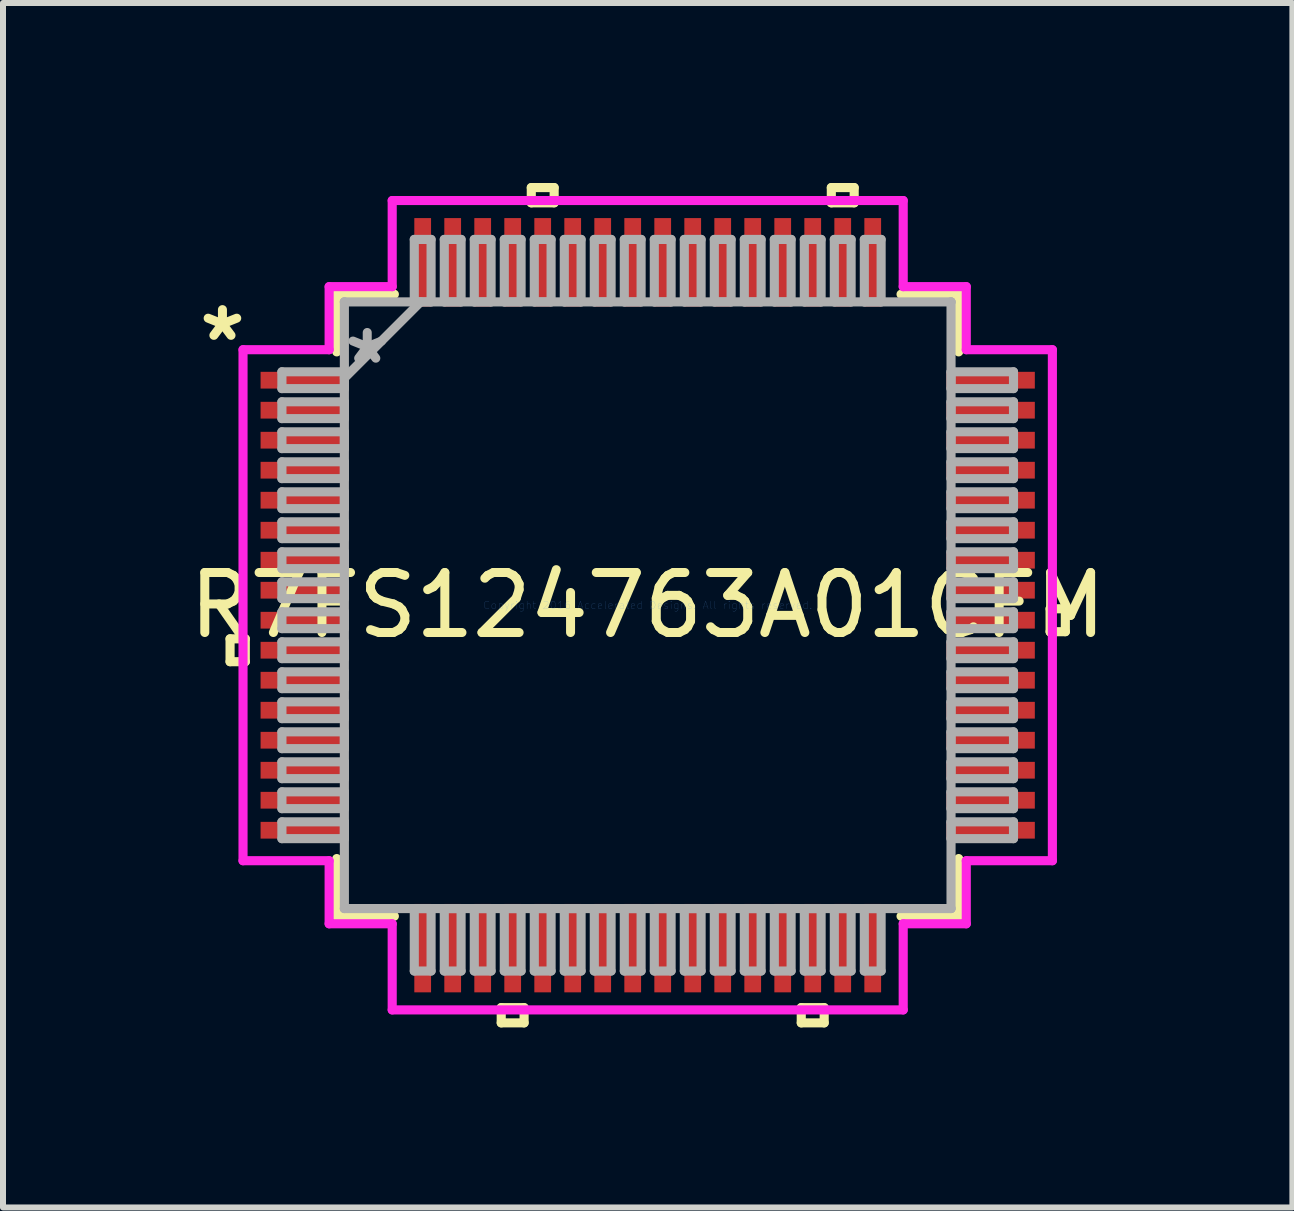
<source format=kicad_pcb>
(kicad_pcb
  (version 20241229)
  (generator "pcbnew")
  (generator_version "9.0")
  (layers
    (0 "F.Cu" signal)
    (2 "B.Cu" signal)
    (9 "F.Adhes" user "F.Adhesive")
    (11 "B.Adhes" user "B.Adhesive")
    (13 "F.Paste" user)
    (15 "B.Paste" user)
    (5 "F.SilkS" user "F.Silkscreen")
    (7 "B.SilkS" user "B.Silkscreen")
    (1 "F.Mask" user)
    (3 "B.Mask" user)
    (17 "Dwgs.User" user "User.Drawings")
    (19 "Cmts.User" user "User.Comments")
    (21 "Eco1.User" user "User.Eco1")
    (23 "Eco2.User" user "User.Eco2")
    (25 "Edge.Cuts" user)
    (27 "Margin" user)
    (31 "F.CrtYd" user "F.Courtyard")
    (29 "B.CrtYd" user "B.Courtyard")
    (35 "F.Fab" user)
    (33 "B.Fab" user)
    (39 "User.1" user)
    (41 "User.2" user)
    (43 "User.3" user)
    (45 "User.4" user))
  (footprint "R7FS124763A01CFM"
    (layer "F.Cu")
    (at 7.744 7.036)
    (property "Reference" "R7FS124763A01CFM" (at 0 0 0) (layer "F.SilkS") (effects (font (size 1 1) (thickness 0.15))))
    (attr through_hole)
    (fp_line (start -6.96 0.56) (end -6.96 0.941) (stroke (width 0.152) (type solid)) (layer "F.SilkS"))
    (fp_line (start -6.96 0.941) (end -6.706 0.941) (stroke (width 0.152) (type solid)) (layer "F.SilkS"))
    (fp_line (start -6.706 0.56) (end -6.96 0.56) (stroke (width 0.152) (type solid)) (layer "F.SilkS"))
    (fp_line (start -6.706 0.941) (end -6.706 0.56) (stroke (width 0.152) (type solid)) (layer "F.SilkS"))
    (fp_line (start -5.182 -5.182) (end -5.182 -4.222) (stroke (width 0.152) (type solid)) (layer "F.SilkS"))
    (fp_line (start -5.182 4.222) (end -5.182 5.182) (stroke (width 0.152) (type solid)) (layer "F.SilkS"))
    (fp_line (start -5.182 5.182) (end -4.222 5.182) (stroke (width 0.152) (type solid)) (layer "F.SilkS"))
    (fp_line (start -4.222 -5.182) (end -5.182 -5.182) (stroke (width 0.152) (type solid)) (layer "F.SilkS"))
    (fp_line (start -2.441 6.706) (end -2.441 6.96) (stroke (width 0.152) (type solid)) (layer "F.SilkS"))
    (fp_line (start -2.441 6.96) (end -2.06 6.96) (stroke (width 0.152) (type solid)) (layer "F.SilkS"))
    (fp_line (start -2.06 6.706) (end -2.441 6.706) (stroke (width 0.152) (type solid)) (layer "F.SilkS"))
    (fp_line (start -2.06 6.96) (end -2.06 6.706) (stroke (width 0.152) (type solid)) (layer "F.SilkS"))
    (fp_line (start -1.94 -6.96) (end -1.559 -6.96) (stroke (width 0.152) (type solid)) (layer "F.SilkS"))
    (fp_line (start -1.94 -6.706) (end -1.94 -6.96) (stroke (width 0.152) (type solid)) (layer "F.SilkS"))
    (fp_line (start -1.559 -6.96) (end -1.559 -6.706) (stroke (width 0.152) (type solid)) (layer "F.SilkS"))
    (fp_line (start -1.559 -6.706) (end -1.94 -6.706) (stroke (width 0.152) (type solid)) (layer "F.SilkS"))
    (fp_line (start 2.559 6.706) (end 2.559 6.96) (stroke (width 0.152) (type solid)) (layer "F.SilkS"))
    (fp_line (start 2.559 6.96) (end 2.941 6.96) (stroke (width 0.152) (type solid)) (layer "F.SilkS"))
    (fp_line (start 2.941 6.706) (end 2.559 6.706) (stroke (width 0.152) (type solid)) (layer "F.SilkS"))
    (fp_line (start 2.941 6.96) (end 2.941 6.706) (stroke (width 0.152) (type solid)) (layer "F.SilkS"))
    (fp_line (start 3.06 -6.96) (end 3.441 -6.96) (stroke (width 0.152) (type solid)) (layer "F.SilkS"))
    (fp_line (start 3.06 -6.706) (end 3.06 -6.96) (stroke (width 0.152) (type solid)) (layer "F.SilkS"))
    (fp_line (start 3.441 -6.96) (end 3.441 -6.706) (stroke (width 0.152) (type solid)) (layer "F.SilkS"))
    (fp_line (start 3.441 -6.706) (end 3.06 -6.706) (stroke (width 0.152) (type solid)) (layer "F.SilkS"))
    (fp_line (start 4.222 5.182) (end 5.182 5.182) (stroke (width 0.152) (type solid)) (layer "F.SilkS"))
    (fp_line (start 5.182 -5.182) (end 4.222 -5.182) (stroke (width 0.152) (type solid)) (layer "F.SilkS"))
    (fp_line (start 5.182 -4.222) (end 5.182 -5.182) (stroke (width 0.152) (type solid)) (layer "F.SilkS"))
    (fp_line (start 5.182 5.182) (end 5.182 4.222) (stroke (width 0.152) (type solid)) (layer "F.SilkS"))
    (fp_line (start 6.706 0.059) (end 6.96 0.059) (stroke (width 0.152) (type solid)) (layer "F.SilkS"))
    (fp_line (start 6.706 0.441) (end 6.706 0.059) (stroke (width 0.152) (type solid)) (layer "F.SilkS"))
    (fp_line (start 6.96 0.059) (end 6.96 0.441) (stroke (width 0.152) (type solid)) (layer "F.SilkS"))
    (fp_line (start 6.96 0.441) (end 6.706 0.441) (stroke (width 0.152) (type solid)) (layer "F.SilkS"))
    (fp_line (start -6.744 -4.258) (end -5.309 -4.258) (stroke (width 0.152) (type solid)) (layer "F.CrtYd"))
    (fp_line (start -6.744 4.258) (end -6.744 -4.258) (stroke (width 0.152) (type solid)) (layer "F.CrtYd"))
    (fp_line (start -5.309 -5.309) (end -4.258 -5.309) (stroke (width 0.152) (type solid)) (layer "F.CrtYd"))
    (fp_line (start -5.309 -4.258) (end -5.309 -5.309) (stroke (width 0.152) (type solid)) (layer "F.CrtYd"))
    (fp_line (start -5.309 4.258) (end -6.744 4.258) (stroke (width 0.152) (type solid)) (layer "F.CrtYd"))
    (fp_line (start -5.309 5.309) (end -5.309 4.258) (stroke (width 0.152) (type solid)) (layer "F.CrtYd"))
    (fp_line (start -4.258 -6.744) (end 4.258 -6.744) (stroke (width 0.152) (type solid)) (layer "F.CrtYd"))
    (fp_line (start -4.258 -5.309) (end -4.258 -6.744) (stroke (width 0.152) (type solid)) (layer "F.CrtYd"))
    (fp_line (start -4.258 5.309) (end -5.309 5.309) (stroke (width 0.152) (type solid)) (layer "F.CrtYd"))
    (fp_line (start -4.258 6.744) (end -4.258 5.309) (stroke (width 0.152) (type solid)) (layer "F.CrtYd"))
    (fp_line (start 4.258 -6.744) (end 4.258 -5.309) (stroke (width 0.152) (type solid)) (layer "F.CrtYd"))
    (fp_line (start 4.258 -5.309) (end 5.309 -5.309) (stroke (width 0.152) (type solid)) (layer "F.CrtYd"))
    (fp_line (start 4.258 5.309) (end 4.258 6.744) (stroke (width 0.152) (type solid)) (layer "F.CrtYd"))
    (fp_line (start 4.258 6.744) (end -4.258 6.744) (stroke (width 0.152) (type solid)) (layer "F.CrtYd"))
    (fp_line (start 5.309 -5.309) (end 5.309 -4.258) (stroke (width 0.152) (type solid)) (layer "F.CrtYd"))
    (fp_line (start 5.309 -4.258) (end 6.744 -4.258) (stroke (width 0.152) (type solid)) (layer "F.CrtYd"))
    (fp_line (start 5.309 4.258) (end 5.309 5.309) (stroke (width 0.152) (type solid)) (layer "F.CrtYd"))
    (fp_line (start 5.309 5.309) (end 4.258 5.309) (stroke (width 0.152) (type solid)) (layer "F.CrtYd"))
    (fp_line (start 6.744 -4.258) (end 6.744 4.258) (stroke (width 0.152) (type solid)) (layer "F.CrtYd"))
    (fp_line (start 6.744 4.258) (end 5.309 4.258) (stroke (width 0.152) (type solid)) (layer "F.CrtYd"))
    (fp_line (start -6.096 -3.89) (end -6.096 -3.61) (stroke (width 0.152) (type solid)) (layer "F.Fab"))
    (fp_line (start -6.096 -3.61) (end -5.055 -3.61) (stroke (width 0.152) (type solid)) (layer "F.Fab"))
    (fp_line (start -6.096 -3.39) (end -6.096 -3.11) (stroke (width 0.152) (type solid)) (layer "F.Fab"))
    (fp_line (start -6.096 -3.11) (end -5.055 -3.11) (stroke (width 0.152) (type solid)) (layer "F.Fab"))
    (fp_line (start -6.096 -2.89) (end -6.096 -2.61) (stroke (width 0.152) (type solid)) (layer "F.Fab"))
    (fp_line (start -6.096 -2.61) (end -5.055 -2.61) (stroke (width 0.152) (type solid)) (layer "F.Fab"))
    (fp_line (start -6.096 -2.39) (end -6.096 -2.11) (stroke (width 0.152) (type solid)) (layer "F.Fab"))
    (fp_line (start -6.096 -2.11) (end -5.055 -2.11) (stroke (width 0.152) (type solid)) (layer "F.Fab"))
    (fp_line (start -6.096 -1.89) (end -6.096 -1.61) (stroke (width 0.152) (type solid)) (layer "F.Fab"))
    (fp_line (start -6.096 -1.61) (end -5.055 -1.61) (stroke (width 0.152) (type solid)) (layer "F.Fab"))
    (fp_line (start -6.096 -1.39) (end -6.096 -1.11) (stroke (width 0.152) (type solid)) (layer "F.Fab"))
    (fp_line (start -6.096 -1.11) (end -5.055 -1.11) (stroke (width 0.152) (type solid)) (layer "F.Fab"))
    (fp_line (start -6.096 -0.89) (end -6.096 -0.61) (stroke (width 0.152) (type solid)) (layer "F.Fab"))
    (fp_line (start -6.096 -0.61) (end -5.055 -0.61) (stroke (width 0.152) (type solid)) (layer "F.Fab"))
    (fp_line (start -6.096 -0.39) (end -6.096 -0.11) (stroke (width 0.152) (type solid)) (layer "F.Fab"))
    (fp_line (start -6.096 -0.11) (end -5.055 -0.11) (stroke (width 0.152) (type solid)) (layer "F.Fab"))
    (fp_line (start -6.096 0.11) (end -6.096 0.39) (stroke (width 0.152) (type solid)) (layer "F.Fab"))
    (fp_line (start -6.096 0.39) (end -5.055 0.39) (stroke (width 0.152) (type solid)) (layer "F.Fab"))
    (fp_line (start -6.096 0.61) (end -6.096 0.89) (stroke (width 0.152) (type solid)) (layer "F.Fab"))
    (fp_line (start -6.096 0.89) (end -5.055 0.89) (stroke (width 0.152) (type solid)) (layer "F.Fab"))
    (fp_line (start -6.096 1.11) (end -6.096 1.39) (stroke (width 0.152) (type solid)) (layer "F.Fab"))
    (fp_line (start -6.096 1.39) (end -5.055 1.39) (stroke (width 0.152) (type solid)) (layer "F.Fab"))
    (fp_line (start -6.096 1.61) (end -6.096 1.89) (stroke (width 0.152) (type solid)) (layer "F.Fab"))
    (fp_line (start -6.096 1.89) (end -5.055 1.89) (stroke (width 0.152) (type solid)) (layer "F.Fab"))
    (fp_line (start -6.096 2.11) (end -6.096 2.39) (stroke (width 0.152) (type solid)) (layer "F.Fab"))
    (fp_line (start -6.096 2.39) (end -5.055 2.39) (stroke (width 0.152) (type solid)) (layer "F.Fab"))
    (fp_line (start -6.096 2.61) (end -6.096 2.89) (stroke (width 0.152) (type solid)) (layer "F.Fab"))
    (fp_line (start -6.096 2.89) (end -5.055 2.89) (stroke (width 0.152) (type solid)) (layer "F.Fab"))
    (fp_line (start -6.096 3.11) (end -6.096 3.39) (stroke (width 0.152) (type solid)) (layer "F.Fab"))
    (fp_line (start -6.096 3.39) (end -5.055 3.39) (stroke (width 0.152) (type solid)) (layer "F.Fab"))
    (fp_line (start -6.096 3.61) (end -6.096 3.89) (stroke (width 0.152) (type solid)) (layer "F.Fab"))
    (fp_line (start -6.096 3.89) (end -5.055 3.89) (stroke (width 0.152) (type solid)) (layer "F.Fab"))
    (fp_line (start -5.055 -5.055) (end -5.055 -5.055) (stroke (width 0.152) (type solid)) (layer "F.Fab"))
    (fp_line (start -5.055 -5.055) (end -5.055 5.055) (stroke (width 0.152) (type solid)) (layer "F.Fab"))
    (fp_line (start -5.055 -3.89) (end -6.096 -3.89) (stroke (width 0.152) (type solid)) (layer "F.Fab"))
    (fp_line (start -5.055 -3.785) (end -3.785 -5.055) (stroke (width 0.152) (type solid)) (layer "F.Fab"))
    (fp_line (start -5.055 -3.61) (end -5.055 -3.89) (stroke (width 0.152) (type solid)) (layer "F.Fab"))
    (fp_line (start -5.055 -3.39) (end -6.096 -3.39) (stroke (width 0.152) (type solid)) (layer "F.Fab"))
    (fp_line (start -5.055 -3.11) (end -5.055 -3.39) (stroke (width 0.152) (type solid)) (layer "F.Fab"))
    (fp_line (start -5.055 -2.89) (end -6.096 -2.89) (stroke (width 0.152) (type solid)) (layer "F.Fab"))
    (fp_line (start -5.055 -2.61) (end -5.055 -2.89) (stroke (width 0.152) (type solid)) (layer "F.Fab"))
    (fp_line (start -5.055 -2.39) (end -6.096 -2.39) (stroke (width 0.152) (type solid)) (layer "F.Fab"))
    (fp_line (start -5.055 -2.11) (end -5.055 -2.39) (stroke (width 0.152) (type solid)) (layer "F.Fab"))
    (fp_line (start -5.055 -1.89) (end -6.096 -1.89) (stroke (width 0.152) (type solid)) (layer "F.Fab"))
    (fp_line (start -5.055 -1.61) (end -5.055 -1.89) (stroke (width 0.152) (type solid)) (layer "F.Fab"))
    (fp_line (start -5.055 -1.39) (end -6.096 -1.39) (stroke (width 0.152) (type solid)) (layer "F.Fab"))
    (fp_line (start -5.055 -1.11) (end -5.055 -1.39) (stroke (width 0.152) (type solid)) (layer "F.Fab"))
    (fp_line (start -5.055 -0.89) (end -6.096 -0.89) (stroke (width 0.152) (type solid)) (layer "F.Fab"))
    (fp_line (start -5.055 -0.61) (end -5.055 -0.89) (stroke (width 0.152) (type solid)) (layer "F.Fab"))
    (fp_line (start -5.055 -0.39) (end -6.096 -0.39) (stroke (width 0.152) (type solid)) (layer "F.Fab"))
    (fp_line (start -5.055 -0.11) (end -5.055 -0.39) (stroke (width 0.152) (type solid)) (layer "F.Fab"))
    (fp_line (start -5.055 0.11) (end -6.096 0.11) (stroke (width 0.152) (type solid)) (layer "F.Fab"))
    (fp_line (start -5.055 0.39) (end -5.055 0.11) (stroke (width 0.152) (type solid)) (layer "F.Fab"))
    (fp_line (start -5.055 0.61) (end -6.096 0.61) (stroke (width 0.152) (type solid)) (layer "F.Fab"))
    (fp_line (start -5.055 0.89) (end -5.055 0.61) (stroke (width 0.152) (type solid)) (layer "F.Fab"))
    (fp_line (start -5.055 1.11) (end -6.096 1.11) (stroke (width 0.152) (type solid)) (layer "F.Fab"))
    (fp_line (start -5.055 1.39) (end -5.055 1.11) (stroke (width 0.152) (type solid)) (layer "F.Fab"))
    (fp_line (start -5.055 1.61) (end -6.096 1.61) (stroke (width 0.152) (type solid)) (layer "F.Fab"))
    (fp_line (start -5.055 1.89) (end -5.055 1.61) (stroke (width 0.152) (type solid)) (layer "F.Fab"))
    (fp_line (start -5.055 2.11) (end -6.096 2.11) (stroke (width 0.152) (type solid)) (layer "F.Fab"))
    (fp_line (start -5.055 2.39) (end -5.055 2.11) (stroke (width 0.152) (type solid)) (layer "F.Fab"))
    (fp_line (start -5.055 2.61) (end -6.096 2.61) (stroke (width 0.152) (type solid)) (layer "F.Fab"))
    (fp_line (start -5.055 2.89) (end -5.055 2.61) (stroke (width 0.152) (type solid)) (layer "F.Fab"))
    (fp_line (start -5.055 3.11) (end -6.096 3.11) (stroke (width 0.152) (type solid)) (layer "F.Fab"))
    (fp_line (start -5.055 3.39) (end -5.055 3.11) (stroke (width 0.152) (type solid)) (layer "F.Fab"))
    (fp_line (start -5.055 3.61) (end -6.096 3.61) (stroke (width 0.152) (type solid)) (layer "F.Fab"))
    (fp_line (start -5.055 3.89) (end -5.055 3.61) (stroke (width 0.152) (type solid)) (layer "F.Fab"))
    (fp_line (start -5.055 5.055) (end -5.055 5.055) (stroke (width 0.152) (type solid)) (layer "F.Fab"))
    (fp_line (start -5.055 5.055) (end 5.055 5.055) (stroke (width 0.152) (type solid)) (layer "F.Fab"))
    (fp_line (start -3.89 -6.096) (end -3.89 -5.055) (stroke (width 0.152) (type solid)) (layer "F.Fab"))
    (fp_line (start -3.89 -5.055) (end -3.61 -5.055) (stroke (width 0.152) (type solid)) (layer "F.Fab"))
    (fp_line (start -3.89 5.055) (end -3.89 6.096) (stroke (width 0.152) (type solid)) (layer "F.Fab"))
    (fp_line (start -3.89 6.096) (end -3.61 6.096) (stroke (width 0.152) (type solid)) (layer "F.Fab"))
    (fp_line (start -3.61 -6.096) (end -3.89 -6.096) (stroke (width 0.152) (type solid)) (layer "F.Fab"))
    (fp_line (start -3.61 -5.055) (end -3.61 -6.096) (stroke (width 0.152) (type solid)) (layer "F.Fab"))
    (fp_line (start -3.61 5.055) (end -3.89 5.055) (stroke (width 0.152) (type solid)) (layer "F.Fab"))
    (fp_line (start -3.61 6.096) (end -3.61 5.055) (stroke (width 0.152) (type solid)) (layer "F.Fab"))
    (fp_line (start -3.39 -6.096) (end -3.39 -5.055) (stroke (width 0.152) (type solid)) (layer "F.Fab"))
    (fp_line (start -3.39 -5.055) (end -3.11 -5.055) (stroke (width 0.152) (type solid)) (layer "F.Fab"))
    (fp_line (start -3.39 5.055) (end -3.39 6.096) (stroke (width 0.152) (type solid)) (layer "F.Fab"))
    (fp_line (start -3.39 6.096) (end -3.11 6.096) (stroke (width 0.152) (type solid)) (layer "F.Fab"))
    (fp_line (start -3.11 -6.096) (end -3.39 -6.096) (stroke (width 0.152) (type solid)) (layer "F.Fab"))
    (fp_line (start -3.11 -5.055) (end -3.11 -6.096) (stroke (width 0.152) (type solid)) (layer "F.Fab"))
    (fp_line (start -3.11 5.055) (end -3.39 5.055) (stroke (width 0.152) (type solid)) (layer "F.Fab"))
    (fp_line (start -3.11 6.096) (end -3.11 5.055) (stroke (width 0.152) (type solid)) (layer "F.Fab"))
    (fp_line (start -2.89 -6.096) (end -2.89 -5.055) (stroke (width 0.152) (type solid)) (layer "F.Fab"))
    (fp_line (start -2.89 -5.055) (end -2.61 -5.055) (stroke (width 0.152) (type solid)) (layer "F.Fab"))
    (fp_line (start -2.89 5.055) (end -2.89 6.096) (stroke (width 0.152) (type solid)) (layer "F.Fab"))
    (fp_line (start -2.89 6.096) (end -2.61 6.096) (stroke (width 0.152) (type solid)) (layer "F.Fab"))
    (fp_line (start -2.61 -6.096) (end -2.89 -6.096) (stroke (width 0.152) (type solid)) (layer "F.Fab"))
    (fp_line (start -2.61 -5.055) (end -2.61 -6.096) (stroke (width 0.152) (type solid)) (layer "F.Fab"))
    (fp_line (start -2.61 5.055) (end -2.89 5.055) (stroke (width 0.152) (type solid)) (layer "F.Fab"))
    (fp_line (start -2.61 6.096) (end -2.61 5.055) (stroke (width 0.152) (type solid)) (layer "F.Fab"))
    (fp_line (start -2.39 -6.096) (end -2.39 -5.055) (stroke (width 0.152) (type solid)) (layer "F.Fab"))
    (fp_line (start -2.39 -5.055) (end -2.11 -5.055) (stroke (width 0.152) (type solid)) (layer "F.Fab"))
    (fp_line (start -2.39 5.055) (end -2.39 6.096) (stroke (width 0.152) (type solid)) (layer "F.Fab"))
    (fp_line (start -2.39 6.096) (end -2.11 6.096) (stroke (width 0.152) (type solid)) (layer "F.Fab"))
    (fp_line (start -2.11 -6.096) (end -2.39 -6.096) (stroke (width 0.152) (type solid)) (layer "F.Fab"))
    (fp_line (start -2.11 -5.055) (end -2.11 -6.096) (stroke (width 0.152) (type solid)) (layer "F.Fab"))
    (fp_line (start -2.11 5.055) (end -2.39 5.055) (stroke (width 0.152) (type solid)) (layer "F.Fab"))
    (fp_line (start -2.11 6.096) (end -2.11 5.055) (stroke (width 0.152) (type solid)) (layer "F.Fab"))
    (fp_line (start -1.89 -6.096) (end -1.89 -5.055) (stroke (width 0.152) (type solid)) (layer "F.Fab"))
    (fp_line (start -1.89 -5.055) (end -1.61 -5.055) (stroke (width 0.152) (type solid)) (layer "F.Fab"))
    (fp_line (start -1.89 5.055) (end -1.89 6.096) (stroke (width 0.152) (type solid)) (layer "F.Fab"))
    (fp_line (start -1.89 6.096) (end -1.61 6.096) (stroke (width 0.152) (type solid)) (layer "F.Fab"))
    (fp_line (start -1.61 -6.096) (end -1.89 -6.096) (stroke (width 0.152) (type solid)) (layer "F.Fab"))
    (fp_line (start -1.61 -5.055) (end -1.61 -6.096) (stroke (width 0.152) (type solid)) (layer "F.Fab"))
    (fp_line (start -1.61 5.055) (end -1.89 5.055) (stroke (width 0.152) (type solid)) (layer "F.Fab"))
    (fp_line (start -1.61 6.096) (end -1.61 5.055) (stroke (width 0.152) (type solid)) (layer "F.Fab"))
    (fp_line (start -1.39 -6.096) (end -1.39 -5.055) (stroke (width 0.152) (type solid)) (layer "F.Fab"))
    (fp_line (start -1.39 -5.055) (end -1.11 -5.055) (stroke (width 0.152) (type solid)) (layer "F.Fab"))
    (fp_line (start -1.39 5.055) (end -1.39 6.096) (stroke (width 0.152) (type solid)) (layer "F.Fab"))
    (fp_line (start -1.39 6.096) (end -1.11 6.096) (stroke (width 0.152) (type solid)) (layer "F.Fab"))
    (fp_line (start -1.11 -6.096) (end -1.39 -6.096) (stroke (width 0.152) (type solid)) (layer "F.Fab"))
    (fp_line (start -1.11 -5.055) (end -1.11 -6.096) (stroke (width 0.152) (type solid)) (layer "F.Fab"))
    (fp_line (start -1.11 5.055) (end -1.39 5.055) (stroke (width 0.152) (type solid)) (layer "F.Fab"))
    (fp_line (start -1.11 6.096) (end -1.11 5.055) (stroke (width 0.152) (type solid)) (layer "F.Fab"))
    (fp_line (start -0.89 -6.096) (end -0.89 -5.055) (stroke (width 0.152) (type solid)) (layer "F.Fab"))
    (fp_line (start -0.89 -5.055) (end -0.61 -5.055) (stroke (width 0.152) (type solid)) (layer "F.Fab"))
    (fp_line (start -0.89 5.055) (end -0.89 6.096) (stroke (width 0.152) (type solid)) (layer "F.Fab"))
    (fp_line (start -0.89 6.096) (end -0.61 6.096) (stroke (width 0.152) (type solid)) (layer "F.Fab"))
    (fp_line (start -0.61 -6.096) (end -0.89 -6.096) (stroke (width 0.152) (type solid)) (layer "F.Fab"))
    (fp_line (start -0.61 -5.055) (end -0.61 -6.096) (stroke (width 0.152) (type solid)) (layer "F.Fab"))
    (fp_line (start -0.61 5.055) (end -0.89 5.055) (stroke (width 0.152) (type solid)) (layer "F.Fab"))
    (fp_line (start -0.61 6.096) (end -0.61 5.055) (stroke (width 0.152) (type solid)) (layer "F.Fab"))
    (fp_line (start -0.39 -6.096) (end -0.39 -5.055) (stroke (width 0.152) (type solid)) (layer "F.Fab"))
    (fp_line (start -0.39 -5.055) (end -0.11 -5.055) (stroke (width 0.152) (type solid)) (layer "F.Fab"))
    (fp_line (start -0.39 5.055) (end -0.39 6.096) (stroke (width 0.152) (type solid)) (layer "F.Fab"))
    (fp_line (start -0.39 6.096) (end -0.11 6.096) (stroke (width 0.152) (type solid)) (layer "F.Fab"))
    (fp_line (start -0.11 -6.096) (end -0.39 -6.096) (stroke (width 0.152) (type solid)) (layer "F.Fab"))
    (fp_line (start -0.11 -5.055) (end -0.11 -6.096) (stroke (width 0.152) (type solid)) (layer "F.Fab"))
    (fp_line (start -0.11 5.055) (end -0.39 5.055) (stroke (width 0.152) (type solid)) (layer "F.Fab"))
    (fp_line (start -0.11 6.096) (end -0.11 5.055) (stroke (width 0.152) (type solid)) (layer "F.Fab"))
    (fp_line (start 0.11 -6.096) (end 0.11 -5.055) (stroke (width 0.152) (type solid)) (layer "F.Fab"))
    (fp_line (start 0.11 -5.055) (end 0.39 -5.055) (stroke (width 0.152) (type solid)) (layer "F.Fab"))
    (fp_line (start 0.11 5.055) (end 0.11 6.096) (stroke (width 0.152) (type solid)) (layer "F.Fab"))
    (fp_line (start 0.11 6.096) (end 0.39 6.096) (stroke (width 0.152) (type solid)) (layer "F.Fab"))
    (fp_line (start 0.39 -6.096) (end 0.11 -6.096) (stroke (width 0.152) (type solid)) (layer "F.Fab"))
    (fp_line (start 0.39 -5.055) (end 0.39 -6.096) (stroke (width 0.152) (type solid)) (layer "F.Fab"))
    (fp_line (start 0.39 5.055) (end 0.11 5.055) (stroke (width 0.152) (type solid)) (layer "F.Fab"))
    (fp_line (start 0.39 6.096) (end 0.39 5.055) (stroke (width 0.152) (type solid)) (layer "F.Fab"))
    (fp_line (start 0.61 -6.096) (end 0.61 -5.055) (stroke (width 0.152) (type solid)) (layer "F.Fab"))
    (fp_line (start 0.61 -5.055) (end 0.89 -5.055) (stroke (width 0.152) (type solid)) (layer "F.Fab"))
    (fp_line (start 0.61 5.055) (end 0.61 6.096) (stroke (width 0.152) (type solid)) (layer "F.Fab"))
    (fp_line (start 0.61 6.096) (end 0.89 6.096) (stroke (width 0.152) (type solid)) (layer "F.Fab"))
    (fp_line (start 0.89 -6.096) (end 0.61 -6.096) (stroke (width 0.152) (type solid)) (layer "F.Fab"))
    (fp_line (start 0.89 -5.055) (end 0.89 -6.096) (stroke (width 0.152) (type solid)) (layer "F.Fab"))
    (fp_line (start 0.89 5.055) (end 0.61 5.055) (stroke (width 0.152) (type solid)) (layer "F.Fab"))
    (fp_line (start 0.89 6.096) (end 0.89 5.055) (stroke (width 0.152) (type solid)) (layer "F.Fab"))
    (fp_line (start 1.11 -6.096) (end 1.11 -5.055) (stroke (width 0.152) (type solid)) (layer "F.Fab"))
    (fp_line (start 1.11 -5.055) (end 1.39 -5.055) (stroke (width 0.152) (type solid)) (layer "F.Fab"))
    (fp_line (start 1.11 5.055) (end 1.11 6.096) (stroke (width 0.152) (type solid)) (layer "F.Fab"))
    (fp_line (start 1.11 6.096) (end 1.39 6.096) (stroke (width 0.152) (type solid)) (layer "F.Fab"))
    (fp_line (start 1.39 -6.096) (end 1.11 -6.096) (stroke (width 0.152) (type solid)) (layer "F.Fab"))
    (fp_line (start 1.39 -5.055) (end 1.39 -6.096) (stroke (width 0.152) (type solid)) (layer "F.Fab"))
    (fp_line (start 1.39 5.055) (end 1.11 5.055) (stroke (width 0.152) (type solid)) (layer "F.Fab"))
    (fp_line (start 1.39 6.096) (end 1.39 5.055) (stroke (width 0.152) (type solid)) (layer "F.Fab"))
    (fp_line (start 1.61 -6.096) (end 1.61 -5.055) (stroke (width 0.152) (type solid)) (layer "F.Fab"))
    (fp_line (start 1.61 -5.055) (end 1.89 -5.055) (stroke (width 0.152) (type solid)) (layer "F.Fab"))
    (fp_line (start 1.61 5.055) (end 1.61 6.096) (stroke (width 0.152) (type solid)) (layer "F.Fab"))
    (fp_line (start 1.61 6.096) (end 1.89 6.096) (stroke (width 0.152) (type solid)) (layer "F.Fab"))
    (fp_line (start 1.89 -6.096) (end 1.61 -6.096) (stroke (width 0.152) (type solid)) (layer "F.Fab"))
    (fp_line (start 1.89 -5.055) (end 1.89 -6.096) (stroke (width 0.152) (type solid)) (layer "F.Fab"))
    (fp_line (start 1.89 5.055) (end 1.61 5.055) (stroke (width 0.152) (type solid)) (layer "F.Fab"))
    (fp_line (start 1.89 6.096) (end 1.89 5.055) (stroke (width 0.152) (type solid)) (layer "F.Fab"))
    (fp_line (start 2.11 -6.096) (end 2.11 -5.055) (stroke (width 0.152) (type solid)) (layer "F.Fab"))
    (fp_line (start 2.11 -5.055) (end 2.39 -5.055) (stroke (width 0.152) (type solid)) (layer "F.Fab"))
    (fp_line (start 2.11 5.055) (end 2.11 6.096) (stroke (width 0.152) (type solid)) (layer "F.Fab"))
    (fp_line (start 2.11 6.096) (end 2.39 6.096) (stroke (width 0.152) (type solid)) (layer "F.Fab"))
    (fp_line (start 2.39 -6.096) (end 2.11 -6.096) (stroke (width 0.152) (type solid)) (layer "F.Fab"))
    (fp_line (start 2.39 -5.055) (end 2.39 -6.096) (stroke (width 0.152) (type solid)) (layer "F.Fab"))
    (fp_line (start 2.39 5.055) (end 2.11 5.055) (stroke (width 0.152) (type solid)) (layer "F.Fab"))
    (fp_line (start 2.39 6.096) (end 2.39 5.055) (stroke (width 0.152) (type solid)) (layer "F.Fab"))
    (fp_line (start 2.61 -6.096) (end 2.61 -5.055) (stroke (width 0.152) (type solid)) (layer "F.Fab"))
    (fp_line (start 2.61 -5.055) (end 2.89 -5.055) (stroke (width 0.152) (type solid)) (layer "F.Fab"))
    (fp_line (start 2.61 5.055) (end 2.61 6.096) (stroke (width 0.152) (type solid)) (layer "F.Fab"))
    (fp_line (start 2.61 6.096) (end 2.89 6.096) (stroke (width 0.152) (type solid)) (layer "F.Fab"))
    (fp_line (start 2.89 -6.096) (end 2.61 -6.096) (stroke (width 0.152) (type solid)) (layer "F.Fab"))
    (fp_line (start 2.89 -5.055) (end 2.89 -6.096) (stroke (width 0.152) (type solid)) (layer "F.Fab"))
    (fp_line (start 2.89 5.055) (end 2.61 5.055) (stroke (width 0.152) (type solid)) (layer "F.Fab"))
    (fp_line (start 2.89 6.096) (end 2.89 5.055) (stroke (width 0.152) (type solid)) (layer "F.Fab"))
    (fp_line (start 3.11 -6.096) (end 3.11 -5.055) (stroke (width 0.152) (type solid)) (layer "F.Fab"))
    (fp_line (start 3.11 -5.055) (end 3.39 -5.055) (stroke (width 0.152) (type solid)) (layer "F.Fab"))
    (fp_line (start 3.11 5.055) (end 3.11 6.096) (stroke (width 0.152) (type solid)) (layer "F.Fab"))
    (fp_line (start 3.11 6.096) (end 3.39 6.096) (stroke (width 0.152) (type solid)) (layer "F.Fab"))
    (fp_line (start 3.39 -6.096) (end 3.11 -6.096) (stroke (width 0.152) (type solid)) (layer "F.Fab"))
    (fp_line (start 3.39 -5.055) (end 3.39 -6.096) (stroke (width 0.152) (type solid)) (layer "F.Fab"))
    (fp_line (start 3.39 5.055) (end 3.11 5.055) (stroke (width 0.152) (type solid)) (layer "F.Fab"))
    (fp_line (start 3.39 6.096) (end 3.39 5.055) (stroke (width 0.152) (type solid)) (layer "F.Fab"))
    (fp_line (start 3.61 -6.096) (end 3.61 -5.055) (stroke (width 0.152) (type solid)) (layer "F.Fab"))
    (fp_line (start 3.61 -5.055) (end 3.89 -5.055) (stroke (width 0.152) (type solid)) (layer "F.Fab"))
    (fp_line (start 3.61 5.055) (end 3.61 6.096) (stroke (width 0.152) (type solid)) (layer "F.Fab"))
    (fp_line (start 3.61 6.096) (end 3.89 6.096) (stroke (width 0.152) (type solid)) (layer "F.Fab"))
    (fp_line (start 3.89 -6.096) (end 3.61 -6.096) (stroke (width 0.152) (type solid)) (layer "F.Fab"))
    (fp_line (start 3.89 -5.055) (end 3.89 -6.096) (stroke (width 0.152) (type solid)) (layer "F.Fab"))
    (fp_line (start 3.89 5.055) (end 3.61 5.055) (stroke (width 0.152) (type solid)) (layer "F.Fab"))
    (fp_line (start 3.89 6.096) (end 3.89 5.055) (stroke (width 0.152) (type solid)) (layer "F.Fab"))
    (fp_line (start 5.055 -5.055) (end -5.055 -5.055) (stroke (width 0.152) (type solid)) (layer "F.Fab"))
    (fp_line (start 5.055 -5.055) (end 5.055 -5.055) (stroke (width 0.152) (type solid)) (layer "F.Fab"))
    (fp_line (start 5.055 -3.89) (end 5.055 -3.61) (stroke (width 0.152) (type solid)) (layer "F.Fab"))
    (fp_line (start 5.055 -3.61) (end 6.096 -3.61) (stroke (width 0.152) (type solid)) (layer "F.Fab"))
    (fp_line (start 5.055 -3.39) (end 5.055 -3.11) (stroke (width 0.152) (type solid)) (layer "F.Fab"))
    (fp_line (start 5.055 -3.11) (end 6.096 -3.11) (stroke (width 0.152) (type solid)) (layer "F.Fab"))
    (fp_line (start 5.055 -2.89) (end 5.055 -2.61) (stroke (width 0.152) (type solid)) (layer "F.Fab"))
    (fp_line (start 5.055 -2.61) (end 6.096 -2.61) (stroke (width 0.152) (type solid)) (layer "F.Fab"))
    (fp_line (start 5.055 -2.39) (end 5.055 -2.11) (stroke (width 0.152) (type solid)) (layer "F.Fab"))
    (fp_line (start 5.055 -2.11) (end 6.096 -2.11) (stroke (width 0.152) (type solid)) (layer "F.Fab"))
    (fp_line (start 5.055 -1.89) (end 5.055 -1.61) (stroke (width 0.152) (type solid)) (layer "F.Fab"))
    (fp_line (start 5.055 -1.61) (end 6.096 -1.61) (stroke (width 0.152) (type solid)) (layer "F.Fab"))
    (fp_line (start 5.055 -1.39) (end 5.055 -1.11) (stroke (width 0.152) (type solid)) (layer "F.Fab"))
    (fp_line (start 5.055 -1.11) (end 6.096 -1.11) (stroke (width 0.152) (type solid)) (layer "F.Fab"))
    (fp_line (start 5.055 -0.89) (end 5.055 -0.61) (stroke (width 0.152) (type solid)) (layer "F.Fab"))
    (fp_line (start 5.055 -0.61) (end 6.096 -0.61) (stroke (width 0.152) (type solid)) (layer "F.Fab"))
    (fp_line (start 5.055 -0.39) (end 5.055 -0.11) (stroke (width 0.152) (type solid)) (layer "F.Fab"))
    (fp_line (start 5.055 -0.11) (end 6.096 -0.11) (stroke (width 0.152) (type solid)) (layer "F.Fab"))
    (fp_line (start 5.055 0.11) (end 5.055 0.39) (stroke (width 0.152) (type solid)) (layer "F.Fab"))
    (fp_line (start 5.055 0.39) (end 6.096 0.39) (stroke (width 0.152) (type solid)) (layer "F.Fab"))
    (fp_line (start 5.055 0.61) (end 5.055 0.89) (stroke (width 0.152) (type solid)) (layer "F.Fab"))
    (fp_line (start 5.055 0.89) (end 6.096 0.89) (stroke (width 0.152) (type solid)) (layer "F.Fab"))
    (fp_line (start 5.055 1.11) (end 5.055 1.39) (stroke (width 0.152) (type solid)) (layer "F.Fab"))
    (fp_line (start 5.055 1.39) (end 6.096 1.39) (stroke (width 0.152) (type solid)) (layer "F.Fab"))
    (fp_line (start 5.055 1.61) (end 5.055 1.89) (stroke (width 0.152) (type solid)) (layer "F.Fab"))
    (fp_line (start 5.055 1.89) (end 6.096 1.89) (stroke (width 0.152) (type solid)) (layer "F.Fab"))
    (fp_line (start 5.055 2.11) (end 5.055 2.39) (stroke (width 0.152) (type solid)) (layer "F.Fab"))
    (fp_line (start 5.055 2.39) (end 6.096 2.39) (stroke (width 0.152) (type solid)) (layer "F.Fab"))
    (fp_line (start 5.055 2.61) (end 5.055 2.89) (stroke (width 0.152) (type solid)) (layer "F.Fab"))
    (fp_line (start 5.055 2.89) (end 6.096 2.89) (stroke (width 0.152) (type solid)) (layer "F.Fab"))
    (fp_line (start 5.055 3.11) (end 5.055 3.39) (stroke (width 0.152) (type solid)) (layer "F.Fab"))
    (fp_line (start 5.055 3.39) (end 6.096 3.39) (stroke (width 0.152) (type solid)) (layer "F.Fab"))
    (fp_line (start 5.055 3.61) (end 5.055 3.89) (stroke (width 0.152) (type solid)) (layer "F.Fab"))
    (fp_line (start 5.055 3.89) (end 6.096 3.89) (stroke (width 0.152) (type solid)) (layer "F.Fab"))
    (fp_line (start 5.055 5.055) (end 5.055 -5.055) (stroke (width 0.152) (type solid)) (layer "F.Fab"))
    (fp_line (start 5.055 5.055) (end 5.055 5.055) (stroke (width 0.152) (type solid)) (layer "F.Fab"))
    (fp_line (start 6.096 -3.89) (end 5.055 -3.89) (stroke (width 0.152) (type solid)) (layer "F.Fab"))
    (fp_line (start 6.096 -3.61) (end 6.096 -3.89) (stroke (width 0.152) (type solid)) (layer "F.Fab"))
    (fp_line (start 6.096 -3.39) (end 5.055 -3.39) (stroke (width 0.152) (type solid)) (layer "F.Fab"))
    (fp_line (start 6.096 -3.11) (end 6.096 -3.39) (stroke (width 0.152) (type solid)) (layer "F.Fab"))
    (fp_line (start 6.096 -2.89) (end 5.055 -2.89) (stroke (width 0.152) (type solid)) (layer "F.Fab"))
    (fp_line (start 6.096 -2.61) (end 6.096 -2.89) (stroke (width 0.152) (type solid)) (layer "F.Fab"))
    (fp_line (start 6.096 -2.39) (end 5.055 -2.39) (stroke (width 0.152) (type solid)) (layer "F.Fab"))
    (fp_line (start 6.096 -2.11) (end 6.096 -2.39) (stroke (width 0.152) (type solid)) (layer "F.Fab"))
    (fp_line (start 6.096 -1.89) (end 5.055 -1.89) (stroke (width 0.152) (type solid)) (layer "F.Fab"))
    (fp_line (start 6.096 -1.61) (end 6.096 -1.89) (stroke (width 0.152) (type solid)) (layer "F.Fab"))
    (fp_line (start 6.096 -1.39) (end 5.055 -1.39) (stroke (width 0.152) (type solid)) (layer "F.Fab"))
    (fp_line (start 6.096 -1.11) (end 6.096 -1.39) (stroke (width 0.152) (type solid)) (layer "F.Fab"))
    (fp_line (start 6.096 -0.89) (end 5.055 -0.89) (stroke (width 0.152) (type solid)) (layer "F.Fab"))
    (fp_line (start 6.096 -0.61) (end 6.096 -0.89) (stroke (width 0.152) (type solid)) (layer "F.Fab"))
    (fp_line (start 6.096 -0.39) (end 5.055 -0.39) (stroke (width 0.152) (type solid)) (layer "F.Fab"))
    (fp_line (start 6.096 -0.11) (end 6.096 -0.39) (stroke (width 0.152) (type solid)) (layer "F.Fab"))
    (fp_line (start 6.096 0.11) (end 5.055 0.11) (stroke (width 0.152) (type solid)) (layer "F.Fab"))
    (fp_line (start 6.096 0.39) (end 6.096 0.11) (stroke (width 0.152) (type solid)) (layer "F.Fab"))
    (fp_line (start 6.096 0.61) (end 5.055 0.61) (stroke (width 0.152) (type solid)) (layer "F.Fab"))
    (fp_line (start 6.096 0.89) (end 6.096 0.61) (stroke (width 0.152) (type solid)) (layer "F.Fab"))
    (fp_line (start 6.096 1.11) (end 5.055 1.11) (stroke (width 0.152) (type solid)) (layer "F.Fab"))
    (fp_line (start 6.096 1.39) (end 6.096 1.11) (stroke (width 0.152) (type solid)) (layer "F.Fab"))
    (fp_line (start 6.096 1.61) (end 5.055 1.61) (stroke (width 0.152) (type solid)) (layer "F.Fab"))
    (fp_line (start 6.096 1.89) (end 6.096 1.61) (stroke (width 0.152) (type solid)) (layer "F.Fab"))
    (fp_line (start 6.096 2.11) (end 5.055 2.11) (stroke (width 0.152) (type solid)) (layer "F.Fab"))
    (fp_line (start 6.096 2.39) (end 6.096 2.11) (stroke (width 0.152) (type solid)) (layer "F.Fab"))
    (fp_line (start 6.096 2.61) (end 5.055 2.61) (stroke (width 0.152) (type solid)) (layer "F.Fab"))
    (fp_line (start 6.096 2.89) (end 6.096 2.61) (stroke (width 0.152) (type solid)) (layer "F.Fab"))
    (fp_line (start 6.096 3.11) (end 5.055 3.11) (stroke (width 0.152) (type solid)) (layer "F.Fab"))
    (fp_line (start 6.096 3.39) (end 6.096 3.11) (stroke (width 0.152) (type solid)) (layer "F.Fab"))
    (fp_line (start 6.096 3.61) (end 5.055 3.61) (stroke (width 0.152) (type solid)) (layer "F.Fab"))
    (fp_line (start 6.096 3.89) (end 6.096 3.61) (stroke (width 0.152) (type solid)) (layer "F.Fab"))
    (fp_text user "*" (at -7.087 -4.381 0) (layer "F.SilkS") (effects (font (size 1 1) (thickness 0.15))))
    (fp_text user "Copyright 2016 Accelerated Designs. All rights reserved." (at 0 0 0) (layer "Cmts.User") (effects (font (size 0.127 0.127) (thickness 0.002))))
    (fp_text user "*" (at -4.674 -4 0) (layer "F.Fab") (effects (font (size 1 1) (thickness 0.15))))
    (pad "1" smd rect (at -5.715 -3.75 90) (size 0.279 1.473) (layers "F.Cu" "F.Mask" "F.Paste"))
    (pad "2" smd rect (at -5.715 -3.25 90) (size 0.279 1.473) (layers "F.Cu" "F.Mask" "F.Paste"))
    (pad "3" smd rect (at -5.715 -2.75 90) (size 0.279 1.473) (layers "F.Cu" "F.Mask" "F.Paste"))
    (pad "4" smd rect (at -5.715 -2.25 90) (size 0.279 1.473) (layers "F.Cu" "F.Mask" "F.Paste"))
    (pad "5" smd rect (at -5.715 -1.75 90) (size 0.279 1.473) (layers "F.Cu" "F.Mask" "F.Paste"))
    (pad "6" smd rect (at -5.715 -1.25 90) (size 0.279 1.473) (layers "F.Cu" "F.Mask" "F.Paste"))
    (pad "7" smd rect (at -5.715 -0.75 90) (size 0.279 1.473) (layers "F.Cu" "F.Mask" "F.Paste"))
    (pad "8" smd rect (at -5.715 -0.25 90) (size 0.279 1.473) (layers "F.Cu" "F.Mask" "F.Paste"))
    (pad "9" smd rect (at -5.715 0.25 90) (size 0.279 1.473) (layers "F.Cu" "F.Mask" "F.Paste"))
    (pad "10" smd rect (at -5.715 0.75 90) (size 0.279 1.473) (layers "F.Cu" "F.Mask" "F.Paste"))
    (pad "11" smd rect (at -5.715 1.25 90) (size 0.279 1.473) (layers "F.Cu" "F.Mask" "F.Paste"))
    (pad "12" smd rect (at -5.715 1.75 90) (size 0.279 1.473) (layers "F.Cu" "F.Mask" "F.Paste"))
    (pad "13" smd rect (at -5.715 2.25 90) (size 0.279 1.473) (layers "F.Cu" "F.Mask" "F.Paste"))
    (pad "14" smd rect (at -5.715 2.75 90) (size 0.279 1.473) (layers "F.Cu" "F.Mask" "F.Paste"))
    (pad "15" smd rect (at -5.715 3.25 90) (size 0.279 1.473) (layers "F.Cu" "F.Mask" "F.Paste"))
    (pad "16" smd rect (at -5.715 3.75 90) (size 0.279 1.473) (layers "F.Cu" "F.Mask" "F.Paste"))
    (pad "17" smd rect (at -3.75 5.715) (size 0.279 1.473) (layers "F.Cu" "F.Mask" "F.Paste"))
    (pad "18" smd rect (at -3.25 5.715) (size 0.279 1.473) (layers "F.Cu" "F.Mask" "F.Paste"))
    (pad "19" smd rect (at -2.75 5.715) (size 0.279 1.473) (layers "F.Cu" "F.Mask" "F.Paste"))
    (pad "20" smd rect (at -2.25 5.715) (size 0.279 1.473) (layers "F.Cu" "F.Mask" "F.Paste"))
    (pad "21" smd rect (at -1.75 5.715) (size 0.279 1.473) (layers "F.Cu" "F.Mask" "F.Paste"))
    (pad "22" smd rect (at -1.25 5.715) (size 0.279 1.473) (layers "F.Cu" "F.Mask" "F.Paste"))
    (pad "23" smd rect (at -0.75 5.715) (size 0.279 1.473) (layers "F.Cu" "F.Mask" "F.Paste"))
    (pad "24" smd rect (at -0.25 5.715) (size 0.279 1.473) (layers "F.Cu" "F.Mask" "F.Paste"))
    (pad "25" smd rect (at 0.25 5.715) (size 0.279 1.473) (layers "F.Cu" "F.Mask" "F.Paste"))
    (pad "26" smd rect (at 0.75 5.715) (size 0.279 1.473) (layers "F.Cu" "F.Mask" "F.Paste"))
    (pad "27" smd rect (at 1.25 5.715) (size 0.279 1.473) (layers "F.Cu" "F.Mask" "F.Paste"))
    (pad "28" smd rect (at 1.75 5.715) (size 0.279 1.473) (layers "F.Cu" "F.Mask" "F.Paste"))
    (pad "29" smd rect (at 2.25 5.715) (size 0.279 1.473) (layers "F.Cu" "F.Mask" "F.Paste"))
    (pad "30" smd rect (at 2.75 5.715) (size 0.279 1.473) (layers "F.Cu" "F.Mask" "F.Paste"))
    (pad "31" smd rect (at 3.25 5.715) (size 0.279 1.473) (layers "F.Cu" "F.Mask" "F.Paste"))
    (pad "32" smd rect (at 3.75 5.715) (size 0.279 1.473) (layers "F.Cu" "F.Mask" "F.Paste"))
    (pad "33" smd rect (at 5.715 3.75 90) (size 0.279 1.473) (layers "F.Cu" "F.Mask" "F.Paste"))
    (pad "34" smd rect (at 5.715 3.25 90) (size 0.279 1.473) (layers "F.Cu" "F.Mask" "F.Paste"))
    (pad "35" smd rect (at 5.715 2.75 90) (size 0.279 1.473) (layers "F.Cu" "F.Mask" "F.Paste"))
    (pad "36" smd rect (at 5.715 2.25 90) (size 0.279 1.473) (layers "F.Cu" "F.Mask" "F.Paste"))
    (pad "37" smd rect (at 5.715 1.75 90) (size 0.279 1.473) (layers "F.Cu" "F.Mask" "F.Paste"))
    (pad "38" smd rect (at 5.715 1.25 90) (size 0.279 1.473) (layers "F.Cu" "F.Mask" "F.Paste"))
    (pad "39" smd rect (at 5.715 0.75 90) (size 0.279 1.473) (layers "F.Cu" "F.Mask" "F.Paste"))
    (pad "40" smd rect (at 5.715 0.25 90) (size 0.279 1.473) (layers "F.Cu" "F.Mask" "F.Paste"))
    (pad "41" smd rect (at 5.715 -0.25 90) (size 0.279 1.473) (layers "F.Cu" "F.Mask" "F.Paste"))
    (pad "42" smd rect (at 5.715 -0.75 90) (size 0.279 1.473) (layers "F.Cu" "F.Mask" "F.Paste"))
    (pad "43" smd rect (at 5.715 -1.25 90) (size 0.279 1.473) (layers "F.Cu" "F.Mask" "F.Paste"))
    (pad "44" smd rect (at 5.715 -1.75 90) (size 0.279 1.473) (layers "F.Cu" "F.Mask" "F.Paste"))
    (pad "45" smd rect (at 5.715 -2.25 90) (size 0.279 1.473) (layers "F.Cu" "F.Mask" "F.Paste"))
    (pad "46" smd rect (at 5.715 -2.75 90) (size 0.279 1.473) (layers "F.Cu" "F.Mask" "F.Paste"))
    (pad "47" smd rect (at 5.715 -3.25 90) (size 0.279 1.473) (layers "F.Cu" "F.Mask" "F.Paste"))
    (pad "48" smd rect (at 5.715 -3.75 90) (size 0.279 1.473) (layers "F.Cu" "F.Mask" "F.Paste"))
    (pad "49" smd rect (at 3.75 -5.715) (size 0.279 1.473) (layers "F.Cu" "F.Mask" "F.Paste"))
    (pad "50" smd rect (at 3.25 -5.715) (size 0.279 1.473) (layers "F.Cu" "F.Mask" "F.Paste"))
    (pad "51" smd rect (at 2.75 -5.715) (size 0.279 1.473) (layers "F.Cu" "F.Mask" "F.Paste"))
    (pad "52" smd rect (at 2.25 -5.715) (size 0.279 1.473) (layers "F.Cu" "F.Mask" "F.Paste"))
    (pad "53" smd rect (at 1.75 -5.715) (size 0.279 1.473) (layers "F.Cu" "F.Mask" "F.Paste"))
    (pad "54" smd rect (at 1.25 -5.715) (size 0.279 1.473) (layers "F.Cu" "F.Mask" "F.Paste"))
    (pad "55" smd rect (at 0.75 -5.715) (size 0.279 1.473) (layers "F.Cu" "F.Mask" "F.Paste"))
    (pad "56" smd rect (at 0.25 -5.715) (size 0.279 1.473) (layers "F.Cu" "F.Mask" "F.Paste"))
    (pad "57" smd rect (at -0.25 -5.715) (size 0.279 1.473) (layers "F.Cu" "F.Mask" "F.Paste"))
    (pad "58" smd rect (at -0.75 -5.715) (size 0.279 1.473) (layers "F.Cu" "F.Mask" "F.Paste"))
    (pad "59" smd rect (at -1.25 -5.715) (size 0.279 1.473) (layers "F.Cu" "F.Mask" "F.Paste"))
    (pad "60" smd rect (at -1.75 -5.715) (size 0.279 1.473) (layers "F.Cu" "F.Mask" "F.Paste"))
    (pad "61" smd rect (at -2.25 -5.715) (size 0.279 1.473) (layers "F.Cu" "F.Mask" "F.Paste"))
    (pad "62" smd rect (at -2.75 -5.715) (size 0.279 1.473) (layers "F.Cu" "F.Mask" "F.Paste"))
    (pad "63" smd rect (at -3.25 -5.715) (size 0.279 1.473) (layers "F.Cu" "F.Mask" "F.Paste"))
    (pad "64" smd rect (at -3.75 -5.715) (size 0.279 1.473) (layers "F.Cu" "F.Mask" "F.Paste")))
  (gr_rect
    (start -3 -3)
    (end 18.488 17.072)
    (stroke (width 0.1) (type default))
    (fill no)
    (layer "Edge.Cuts")))
</source>
